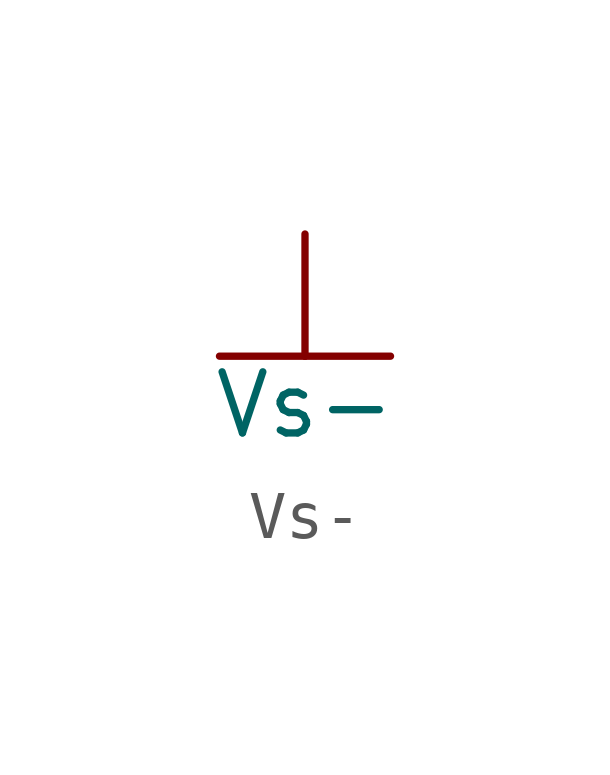
<source format=kicad_sym>
(kicad_symbol_lib
  (version 20231120)
  (generator "kicad_symbol_editor")
  (generator_version "8.0")
  (symbol "Vs-"
    (power)
    (pin_numbers hide)
    (pin_names
      (offset 0) hide)
    (property "Reference" "#PWR"
      (at 0 -7.112 0)
      (effects (font (size 1.27 1.27)) (hide yes)))
    (property "Value" "Vs-"
      (at 0 -3.556 0)
      (effects (font (size 1.27 1.27))))
    (property "Footprint" ""
      (at 0 0 0)
      (effects (font (size 1.524 1.524))))
    (property "Datasheet" ""
      (at 0 0 0)
      (effects (font (size 1.524 1.524))))
    (symbol "Vs-_0_1"
      (polyline (pts (xy -1.778 -2.54) (xy 0 -2.54)) (stroke (width 0) (type default)) (fill (type none)))
      (polyline (pts (xy 0 -2.54) (xy 0 0)) (stroke (width 0) (type default)) (fill (type none)))
      (polyline (pts (xy 0 -2.54) (xy 1.778 -2.54)) (stroke (width 0) (type default)) (fill (type none))))
    (symbol "Vs-_1_1"
      (pin power_in line (at 0 0 270) (length 0) hide (name "Vs-" (effects (font (size 1.27 1.27)))) (number "1" (effects (font (size 1.27 1.27))))))))
</source>
